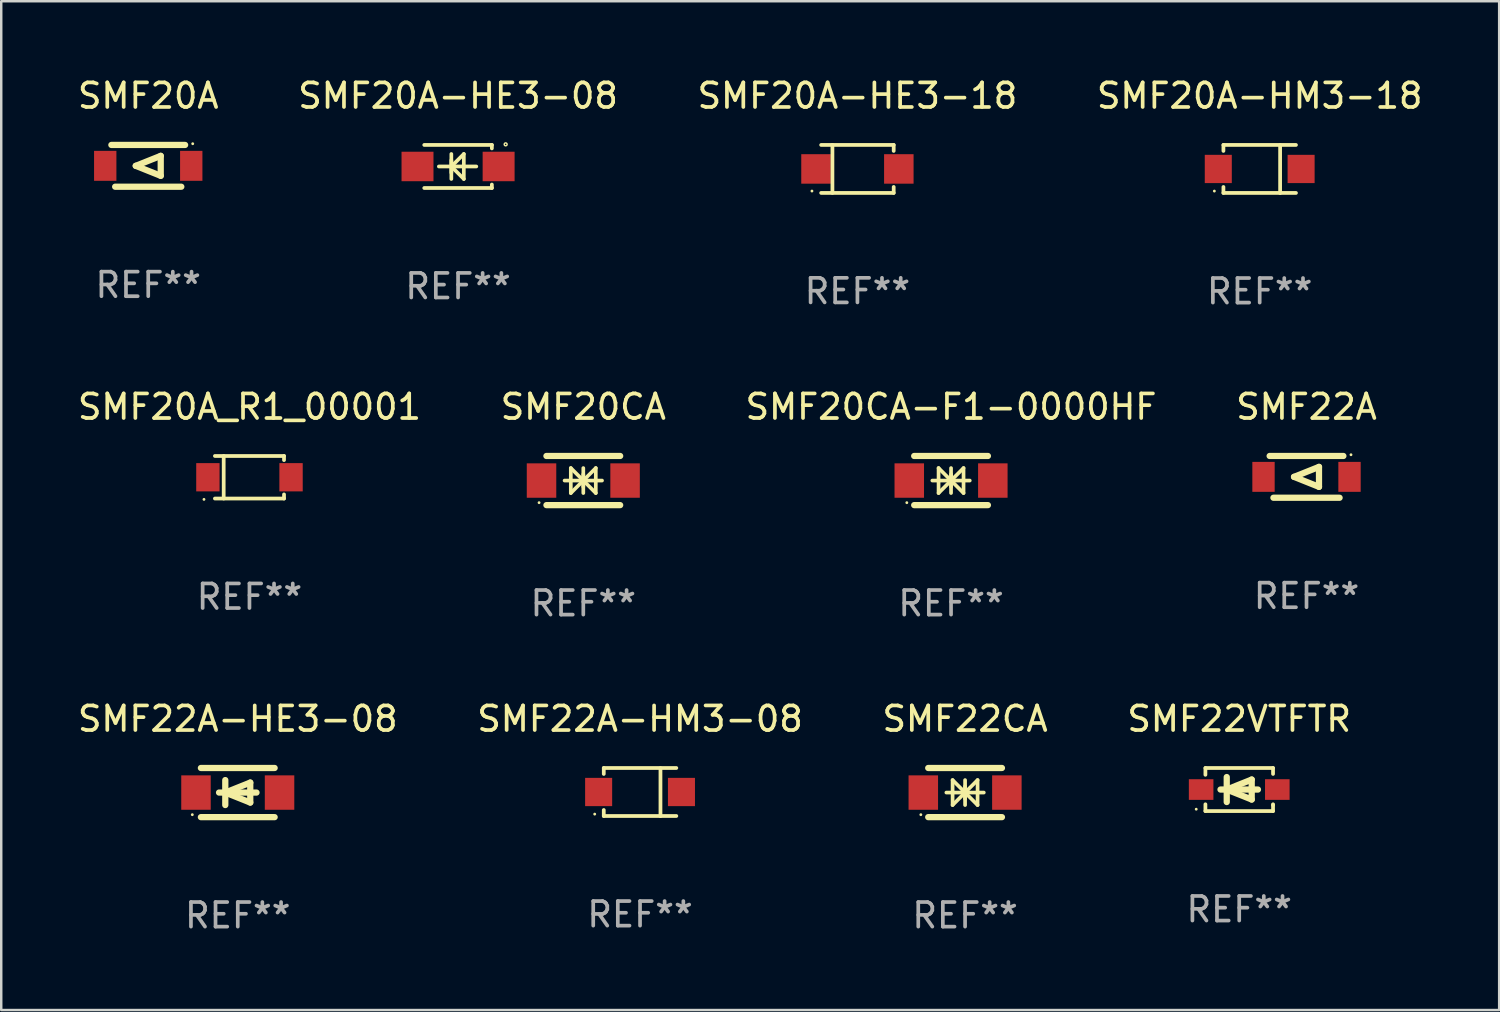
<source format=kicad_pcb>
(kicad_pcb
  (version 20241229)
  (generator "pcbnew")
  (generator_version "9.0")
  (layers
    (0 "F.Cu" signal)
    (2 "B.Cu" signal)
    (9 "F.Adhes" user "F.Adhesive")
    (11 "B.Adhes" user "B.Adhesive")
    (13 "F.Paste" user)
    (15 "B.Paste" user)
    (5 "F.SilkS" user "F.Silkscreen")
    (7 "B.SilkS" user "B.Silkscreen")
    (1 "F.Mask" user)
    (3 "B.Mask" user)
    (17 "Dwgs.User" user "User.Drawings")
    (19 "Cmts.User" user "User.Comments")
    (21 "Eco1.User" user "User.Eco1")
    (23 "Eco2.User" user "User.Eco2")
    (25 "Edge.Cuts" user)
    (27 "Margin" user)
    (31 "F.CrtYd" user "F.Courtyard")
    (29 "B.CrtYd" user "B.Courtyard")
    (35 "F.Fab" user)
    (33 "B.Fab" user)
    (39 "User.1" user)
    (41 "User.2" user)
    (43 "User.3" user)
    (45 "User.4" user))
  (footprint "SMF22A"
    (layer "F.Cu")
    (at 50.113 16.354)
    (property "Reference" "SMF22A" (at 0 -2.85 0) (layer "F.SilkS") (effects (font (size 1 1) (thickness 0.15))))
    (attr through_hole)
    (fp_line (start -1.5 -0.85) (end 1.5 -0.85) (stroke (width 0.254) (type solid)) (layer "F.SilkS"))
    (fp_line (start -0.508 0) (end 0.508 -0.406) (stroke (width 0.254) (type solid)) (layer "F.SilkS"))
    (fp_line (start 0.508 -0.406) (end 0.508 0.406) (stroke (width 0.254) (type solid)) (layer "F.SilkS"))
    (fp_line (start 0.508 0.406) (end -0.508 0) (stroke (width 0.254) (type solid)) (layer "F.SilkS"))
    (fp_line (start 1.346 0.85) (end -1.346 0.85) (stroke (width 0.254) (type solid)) (layer "F.SilkS"))
    (fp_circle (center 1.81 -0.9) (end 1.84 -0.9) (stroke (width 0.06) (type solid)) (fill no) (layer "F.SilkS"))
    (fp_text user "REF**" (at 0 4.85 0) (layer "F.Fab") (effects (font (size 1 1) (thickness 0.15))))
    (pad "1" smd rect (at 1.75 0) (size 0.909 1.219) (layers "F.Cu" "F.Mask" "F.Paste"))
    (pad "2" smd rect (at -1.75 0) (size 0.909 1.219) (layers "F.Cu" "F.Mask" "F.Paste")))
  (footprint "SMF22A-HE3-08"
    (layer "F.Cu")
    (at 6.625 29.2)
    (property "Reference" "SMF22A-HE3-08" (at 0 -3 0) (layer "F.SilkS") (effects (font (size 1 1) (thickness 0.15))))
    (attr through_hole)
    (fp_line (start -1.5 -1) (end 1.5 -1) (stroke (width 0.254) (type solid)) (layer "F.SilkS"))
    (fp_line (start -1.5 1) (end 1.5 1) (stroke (width 0.254) (type solid)) (layer "F.SilkS"))
    (fp_line (start -0.762 0) (end 0.762 0) (stroke (width 0.254) (type solid)) (layer "F.SilkS"))
    (fp_line (start -0.508 -0.508) (end -0.508 0.508) (stroke (width 0.254) (type solid)) (layer "F.SilkS"))
    (fp_line (start -0.508 0) (end 0.508 -0.406) (stroke (width 0.254) (type solid)) (layer "F.SilkS"))
    (fp_line (start 0.508 -0.406) (end 0.508 0.406) (stroke (width 0.254) (type solid)) (layer "F.SilkS"))
    (fp_line (start 0.508 0.406) (end -0.508 0) (stroke (width 0.254) (type solid)) (layer "F.SilkS"))
    (fp_circle (center -1.85 0.9) (end -1.82 0.9) (stroke (width 0.06) (type solid)) (fill no) (layer "F.SilkS"))
    (fp_text user "REF**" (at 0 5 0) (layer "F.Fab") (effects (font (size 1 1) (thickness 0.15))))
    (pad "1" smd rect (at -1.7 0) (size 1.2 1.4) (layers "F.Cu" "F.Mask" "F.Paste"))
    (pad "2" smd rect (at 1.7 0) (size 1.2 1.4) (layers "F.Cu" "F.Mask" "F.Paste")))
  (footprint "SMF20A-HE3-08"
    (layer "F.Cu")
    (at 15.589 3.724)
    (property "Reference" "SMF20A-HE3-08" (at 0 -2.876 0) (layer "F.SilkS") (effects (font (size 1 1) (thickness 0.15))))
    (attr through_hole)
    (fp_line (start -1.376 -0.876) (end 1.376 -0.876) (stroke (width 0.152) (type solid)) (layer "F.SilkS"))
    (fp_line (start -1.376 0.876) (end 1.376 0.876) (stroke (width 0.152) (type solid)) (layer "F.SilkS"))
    (fp_line (start -0.782 0) (end 0.742 0) (stroke (width 0.15) (type solid)) (layer "F.SilkS"))
    (fp_line (start -0.274 -0.508) (end -0.274 0.508) (stroke (width 0.15) (type solid)) (layer "F.SilkS"))
    (fp_line (start -0.274 0) (end 0.234 -0.508) (stroke (width 0.15) (type solid)) (layer "F.SilkS"))
    (fp_line (start -0.274 0) (end 0.234 0.508) (stroke (width 0.15) (type solid)) (layer "F.SilkS"))
    (fp_line (start -0.274 0.254) (end -0.274 -0.254) (stroke (width 0.15) (type solid)) (layer "F.SilkS"))
    (fp_line (start 0.234 0.508) (end 0.234 -0.508) (stroke (width 0.15) (type solid)) (layer "F.SilkS"))
    (fp_line (start 1.376 -0.876) (end 1.375 -0.735) (stroke (width 0.152) (type solid)) (layer "F.SilkS"))
    (fp_line (start 1.376 0.876) (end 1.375 0.735) (stroke (width 0.152) (type solid)) (layer "F.SilkS"))
    (fp_circle (center 1.937 -0.9) (end 1.966 -0.9) (stroke (width 0.06) (type solid)) (fill no) (layer "F.SilkS"))
    (fp_text user "REF**" (at 0 4.876 0) (layer "F.Fab") (effects (font (size 1 1) (thickness 0.15))))
    (pad "1" smd rect (at 1.65 0 180) (size 1.3 1.2) (layers "F.Cu" "F.Mask" "F.Paste"))
    (pad "2" smd rect (at -1.65 0 180) (size 1.3 1.2) (layers "F.Cu" "F.Mask" "F.Paste")))
  (footprint "SMF20CA-F1-0000HF"
    (layer "F.Cu")
    (at 35.649 16.504)
    (property "Reference" "SMF20CA-F1-0000HF" (at 0 -3 0) (layer "F.SilkS") (effects (font (size 1 1) (thickness 0.15))))
    (attr through_hole)
    (fp_line (start -1.5 -1) (end 1.5 -1) (stroke (width 0.254) (type solid)) (layer "F.SilkS"))
    (fp_line (start -1.5 1) (end 1.5 1) (stroke (width 0.254) (type solid)) (layer "F.SilkS"))
    (fp_line (start -0.762 0) (end 0.762 0) (stroke (width 0.15) (type solid)) (layer "F.SilkS"))
    (fp_line (start -0.508 -0.508) (end -0.508 0.508) (stroke (width 0.15) (type solid)) (layer "F.SilkS"))
    (fp_line (start 0 -0.508) (end 0 0.508) (stroke (width 0.15) (type solid)) (layer "F.SilkS"))
    (fp_line (start 0 0) (end -0.508 -0.508) (stroke (width 0.15) (type solid)) (layer "F.SilkS"))
    (fp_line (start 0 0) (end -0.508 0.508) (stroke (width 0.15) (type solid)) (layer "F.SilkS"))
    (fp_line (start 0 0) (end 0.508 -0.508) (stroke (width 0.15) (type solid)) (layer "F.SilkS"))
    (fp_line (start 0 0) (end 0.508 0.508) (stroke (width 0.15) (type solid)) (layer "F.SilkS"))
    (fp_line (start 0 0.254) (end 0 -0.254) (stroke (width 0.15) (type solid)) (layer "F.SilkS"))
    (fp_line (start 0.508 0.508) (end 0.508 -0.508) (stroke (width 0.15) (type solid)) (layer "F.SilkS"))
    (fp_circle (center -1.8 0.9) (end -1.77 0.9) (stroke (width 0.06) (type solid)) (fill no) (layer "F.SilkS"))
    (fp_text user "REF**" (at 0 5 0) (layer "F.Fab") (effects (font (size 1 1) (thickness 0.15))))
    (pad "1" smd rect (at -1.7 0) (size 1.2 1.4) (layers "F.Cu" "F.Mask" "F.Paste"))
    (pad "2" smd rect (at 1.7 0) (size 1.2 1.4) (layers "F.Cu" "F.Mask" "F.Paste")))
  (footprint "SMF22A-HM3-08"
    (layer "F.Cu")
    (at 22.994 29.18)
    (property "Reference" "SMF22A-HM3-08" (at 0 -2.98 0) (layer "F.SilkS") (effects (font (size 1 1) (thickness 0.15))))
    (attr through_hole)
    (fp_line (start -1.476 -0.98) (end -1.476 -0.737) (stroke (width 0.152) (type solid)) (layer "F.SilkS"))
    (fp_line (start -1.476 0.973) (end -1.476 0.73) (stroke (width 0.152) (type solid)) (layer "F.SilkS"))
    (fp_line (start 0.831 0.98) (end 0.831 -0.973) (stroke (width 0.152) (type solid)) (layer "F.SilkS"))
    (fp_line (start 1.476 -0.98) (end -1.476 -0.98) (stroke (width 0.152) (type solid)) (layer "F.SilkS"))
    (fp_line (start 1.476 0.973) (end -1.476 0.973) (stroke (width 0.152) (type solid)) (layer "F.SilkS"))
    (fp_circle (center -1.845 0.897) (end -1.815 0.897) (stroke (width 0.06) (type solid)) (fill no) (layer "F.SilkS"))
    (fp_text user "REF**" (at 0 4.98 0) (layer "F.Fab") (effects (font (size 1 1) (thickness 0.15))))
    (pad "1" smd rect (at -1.685 -0.003) (size 1.1 1.15) (layers "F.Cu" "F.Mask" "F.Paste"))
    (pad "2" smd rect (at 1.685 -0.003) (size 1.1 1.15) (layers "F.Cu" "F.Mask" "F.Paste")))
  (footprint "SMF20A"
    (layer "F.Cu")
    (at 2.982 3.698)
    (property "Reference" "SMF20A" (at 0 -2.85 0) (layer "F.SilkS") (effects (font (size 1 1) (thickness 0.15))))
    (attr through_hole)
    (fp_line (start -1.5 -0.85) (end 1.5 -0.85) (stroke (width 0.254) (type solid)) (layer "F.SilkS"))
    (fp_line (start -0.508 0) (end 0.508 -0.406) (stroke (width 0.254) (type solid)) (layer "F.SilkS"))
    (fp_line (start 0.508 -0.406) (end 0.508 0.406) (stroke (width 0.254) (type solid)) (layer "F.SilkS"))
    (fp_line (start 0.508 0.406) (end -0.508 0) (stroke (width 0.254) (type solid)) (layer "F.SilkS"))
    (fp_line (start 1.346 0.85) (end -1.346 0.85) (stroke (width 0.254) (type solid)) (layer "F.SilkS"))
    (fp_circle (center 1.81 -0.9) (end 1.84 -0.9) (stroke (width 0.06) (type solid)) (fill no) (layer "F.SilkS"))
    (fp_text user "REF**" (at 0 4.85 0) (layer "F.Fab") (effects (font (size 1 1) (thickness 0.15))))
    (pad "1" smd rect (at 1.75 0) (size 0.909 1.219) (layers "F.Cu" "F.Mask" "F.Paste"))
    (pad "2" smd rect (at -1.75 0) (size 0.909 1.219) (layers "F.Cu" "F.Mask" "F.Paste")))
  (footprint "SMF22VTFTR"
    (layer "F.Cu")
    (at 47.375 29.077)
    (property "Reference" "SMF22VTFTR" (at 0 -2.876 0) (layer "F.SilkS") (effects (font (size 1 1) (thickness 0.15))))
    (attr through_hole)
    (fp_line (start -1.376 -0.876) (end -1.376 -0.6) (stroke (width 0.152) (type solid)) (layer "F.SilkS"))
    (fp_line (start -1.376 -0.876) (end 1.376 -0.876) (stroke (width 0.152) (type solid)) (layer "F.SilkS"))
    (fp_line (start -1.376 0.6) (end -1.376 0.876) (stroke (width 0.152) (type solid)) (layer "F.SilkS"))
    (fp_line (start -1.376 0.876) (end 1.376 0.876) (stroke (width 0.152) (type solid)) (layer "F.SilkS"))
    (fp_line (start -0.762 -0.000051) (end 0.762 -0.000051) (stroke (width 0.254) (type solid)) (layer "F.SilkS"))
    (fp_line (start -0.508 -0.508) (end -0.508 0.508) (stroke (width 0.254) (type solid)) (layer "F.SilkS"))
    (fp_line (start -0.508 -0.000051) (end 0.508 -0.406) (stroke (width 0.254) (type solid)) (layer "F.SilkS"))
    (fp_line (start 0.508 -0.406) (end 0.508 0.406) (stroke (width 0.254) (type solid)) (layer "F.SilkS"))
    (fp_line (start 0.508 0.406) (end -0.508 -0.000051) (stroke (width 0.254) (type solid)) (layer "F.SilkS"))
    (fp_line (start 1.376 0.631) (end 1.376 0.6) (stroke (width 0.152) (type solid)) (layer "F.SilkS"))
    (fp_line (start 1.376 0.876) (end 1.376 0.631) (stroke (width 0.152) (type solid)) (layer "F.SilkS"))
    (fp_line (start 1.376 -0.876) (end 1.376 -0.635) (stroke (width 0.152) (type solid)) (layer "F.SilkS"))
    (fp_circle (center -1.75 0.8) (end -1.72 0.8) (stroke (width 0.06) (type solid)) (fill no) (layer "F.SilkS"))
    (fp_text user "REF**" (at 0 4.876 0) (layer "F.Fab") (effects (font (size 1 1) (thickness 0.15))))
    (pad "1" smd rect (at -1.55 -0.000051) (size 1 0.84) (layers "F.Cu" "F.Mask" "F.Paste"))
    (pad "2" smd rect (at 1.55 -0.000051) (size 1 0.84) (layers "F.Cu" "F.Mask" "F.Paste")))
  (footprint "SMF20A_R1_00001"
    (layer "F.Cu")
    (at 7.101 16.37)
    (property "Reference" "SMF20A_R1_00001" (at 0 -2.866 0) (layer "F.SilkS") (effects (font (size 1 1) (thickness 0.15))))
    (attr through_hole)
    (fp_line (start -1.406 -0.866) (end 1.406 -0.866) (stroke (width 0.152) (type solid)) (layer "F.SilkS"))
    (fp_line (start -1.406 0.866) (end 1.406 0.866) (stroke (width 0.152) (type solid)) (layer "F.SilkS"))
    (fp_line (start -1.049 -0.866) (end -1.049 0.866) (stroke (width 0.152) (type solid)) (layer "F.SilkS"))
    (fp_line (start 1.406 -0.866) (end 1.406 -0.698) (stroke (width 0.152) (type solid)) (layer "F.SilkS"))
    (fp_line (start 1.406 0.866) (end 1.406 0.698) (stroke (width 0.152) (type solid)) (layer "F.SilkS"))
    (fp_circle (center -1.851 0.9) (end -1.821 0.9) (stroke (width 0.06) (type solid)) (fill no) (layer "F.SilkS"))
    (fp_text user "REF**" (at 0 4.866 0) (layer "F.Fab") (effects (font (size 1 1) (thickness 0.15))))
    (pad "1" smd rect (at -1.692 0) (size 0.95 1.15) (layers "F.Cu" "F.Mask" "F.Paste"))
    (pad "2" smd rect (at 1.692 0) (size 0.95 1.15) (layers "F.Cu" "F.Mask" "F.Paste")))
  (footprint "SMF20A-HM3-18"
    (layer "F.Cu")
    (at 48.208 3.828)
    (property "Reference" "SMF20A-HM3-18" (at 0 -2.98 0) (layer "F.SilkS") (effects (font (size 1 1) (thickness 0.15))))
    (attr through_hole)
    (fp_line (start -1.476 -0.98) (end -1.476 -0.737) (stroke (width 0.152) (type solid)) (layer "F.SilkS"))
    (fp_line (start -1.476 0.973) (end -1.476 0.73) (stroke (width 0.152) (type solid)) (layer "F.SilkS"))
    (fp_line (start 0.831 0.98) (end 0.831 -0.973) (stroke (width 0.152) (type solid)) (layer "F.SilkS"))
    (fp_line (start 1.476 -0.98) (end -1.476 -0.98) (stroke (width 0.152) (type solid)) (layer "F.SilkS"))
    (fp_line (start 1.476 0.973) (end -1.476 0.973) (stroke (width 0.152) (type solid)) (layer "F.SilkS"))
    (fp_circle (center -1.845 0.897) (end -1.815 0.897) (stroke (width 0.06) (type solid)) (fill no) (layer "F.SilkS"))
    (fp_text user "REF**" (at 0 4.98 0) (layer "F.Fab") (effects (font (size 1 1) (thickness 0.15))))
    (pad "1" smd rect (at -1.685 -0.003) (size 1.1 1.15) (layers "F.Cu" "F.Mask" "F.Paste"))
    (pad "2" smd rect (at 1.685 -0.003) (size 1.1 1.15) (layers "F.Cu" "F.Mask" "F.Paste")))
  (footprint "SMF22CA"
    (layer "F.Cu")
    (at 36.22 29.2)
    (property "Reference" "SMF22CA" (at 0 -3 0) (layer "F.SilkS") (effects (font (size 1 1) (thickness 0.15))))
    (attr through_hole)
    (fp_line (start -1.5 -1) (end 1.5 -1) (stroke (width 0.254) (type solid)) (layer "F.SilkS"))
    (fp_line (start -1.5 1) (end 1.5 1) (stroke (width 0.254) (type solid)) (layer "F.SilkS"))
    (fp_line (start -0.762 0) (end 0.762 0) (stroke (width 0.15) (type solid)) (layer "F.SilkS"))
    (fp_line (start -0.508 -0.508) (end -0.508 0.508) (stroke (width 0.15) (type solid)) (layer "F.SilkS"))
    (fp_line (start 0 -0.508) (end 0 0.508) (stroke (width 0.15) (type solid)) (layer "F.SilkS"))
    (fp_line (start 0 0) (end -0.508 -0.508) (stroke (width 0.15) (type solid)) (layer "F.SilkS"))
    (fp_line (start 0 0) (end -0.508 0.508) (stroke (width 0.15) (type solid)) (layer "F.SilkS"))
    (fp_line (start 0 0) (end 0.508 -0.508) (stroke (width 0.15) (type solid)) (layer "F.SilkS"))
    (fp_line (start 0 0) (end 0.508 0.508) (stroke (width 0.15) (type solid)) (layer "F.SilkS"))
    (fp_line (start 0 0.254) (end 0 -0.254) (stroke (width 0.15) (type solid)) (layer "F.SilkS"))
    (fp_line (start 0.508 0.508) (end 0.508 -0.508) (stroke (width 0.15) (type solid)) (layer "F.SilkS"))
    (fp_circle (center -1.8 0.9) (end -1.77 0.9) (stroke (width 0.06) (type solid)) (fill no) (layer "F.SilkS"))
    (fp_text user "REF**" (at 0 5 0) (layer "F.Fab") (effects (font (size 1 1) (thickness 0.15))))
    (pad "1" smd rect (at -1.7 0) (size 1.2 1.4) (layers "F.Cu" "F.Mask" "F.Paste"))
    (pad "2" smd rect (at 1.7 0) (size 1.2 1.4) (layers "F.Cu" "F.Mask" "F.Paste")))
  (footprint "SMF20A-HE3-18"
    (layer "F.Cu")
    (at 31.839 3.824)
    (property "Reference" "SMF20A-HE3-18" (at 0 -2.976 0) (layer "F.SilkS") (effects (font (size 1 1) (thickness 0.15))))
    (attr through_hole)
    (fp_line (start -1.476 -0.976) (end 1.476 -0.976) (stroke (width 0.152) (type solid)) (layer "F.SilkS"))
    (fp_line (start -1.476 0.976) (end 1.476 0.976) (stroke (width 0.152) (type solid)) (layer "F.SilkS"))
    (fp_line (start -1.017 -0.976) (end -1.017 0.976) (stroke (width 0.152) (type solid)) (layer "F.SilkS"))
    (fp_line (start 1.476 -0.976) (end 1.476 -0.733) (stroke (width 0.152) (type solid)) (layer "F.SilkS"))
    (fp_line (start 1.476 0.976) (end 1.476 0.733) (stroke (width 0.152) (type solid)) (layer "F.SilkS"))
    (fp_circle (center -1.85 0.9) (end -1.82 0.9) (stroke (width 0.06) (type solid)) (fill no) (layer "F.SilkS"))
    (fp_text user "REF**" (at 0 4.976 0) (layer "F.Fab") (effects (font (size 1 1) (thickness 0.15))))
    (pad "1" smd rect (at -1.685 0) (size 1.2 1.2) (layers "F.Cu" "F.Mask" "F.Paste"))
    (pad "2" smd rect (at 1.685 0) (size 1.2 1.2) (layers "F.Cu" "F.Mask" "F.Paste")))
  (footprint "SMF20CA"
    (layer "F.Cu")
    (at 20.685 16.504)
    (property "Reference" "SMF20CA" (at 0 -3 0) (layer "F.SilkS") (effects (font (size 1 1) (thickness 0.15))))
    (attr through_hole)
    (fp_line (start -1.5 -1) (end 1.5 -1) (stroke (width 0.254) (type solid)) (layer "F.SilkS"))
    (fp_line (start -1.5 1) (end 1.5 1) (stroke (width 0.254) (type solid)) (layer "F.SilkS"))
    (fp_line (start -0.762 0) (end 0.762 0) (stroke (width 0.15) (type solid)) (layer "F.SilkS"))
    (fp_line (start -0.508 -0.508) (end -0.508 0.508) (stroke (width 0.15) (type solid)) (layer "F.SilkS"))
    (fp_line (start 0 -0.508) (end 0 0.508) (stroke (width 0.15) (type solid)) (layer "F.SilkS"))
    (fp_line (start 0 0) (end -0.508 -0.508) (stroke (width 0.15) (type solid)) (layer "F.SilkS"))
    (fp_line (start 0 0) (end -0.508 0.508) (stroke (width 0.15) (type solid)) (layer "F.SilkS"))
    (fp_line (start 0 0) (end 0.508 -0.508) (stroke (width 0.15) (type solid)) (layer "F.SilkS"))
    (fp_line (start 0 0) (end 0.508 0.508) (stroke (width 0.15) (type solid)) (layer "F.SilkS"))
    (fp_line (start 0 0.254) (end 0 -0.254) (stroke (width 0.15) (type solid)) (layer "F.SilkS"))
    (fp_line (start 0.508 0.508) (end 0.508 -0.508) (stroke (width 0.15) (type solid)) (layer "F.SilkS"))
    (fp_circle (center -1.8 0.9) (end -1.77 0.9) (stroke (width 0.06) (type solid)) (fill no) (layer "F.SilkS"))
    (fp_text user "REF**" (at 0 5 0) (layer "F.Fab") (effects (font (size 1 1) (thickness 0.15))))
    (pad "1" smd rect (at -1.7 0) (size 1.2 1.4) (layers "F.Cu" "F.Mask" "F.Paste"))
    (pad "2" smd rect (at 1.7 0) (size 1.2 1.4) (layers "F.Cu" "F.Mask" "F.Paste")))
  (gr_rect
    (start -3 -3)
    (end 57.952 38.049)
    (stroke (width 0.1) (type default))
    (fill no)
    (layer "Edge.Cuts")))
</source>
